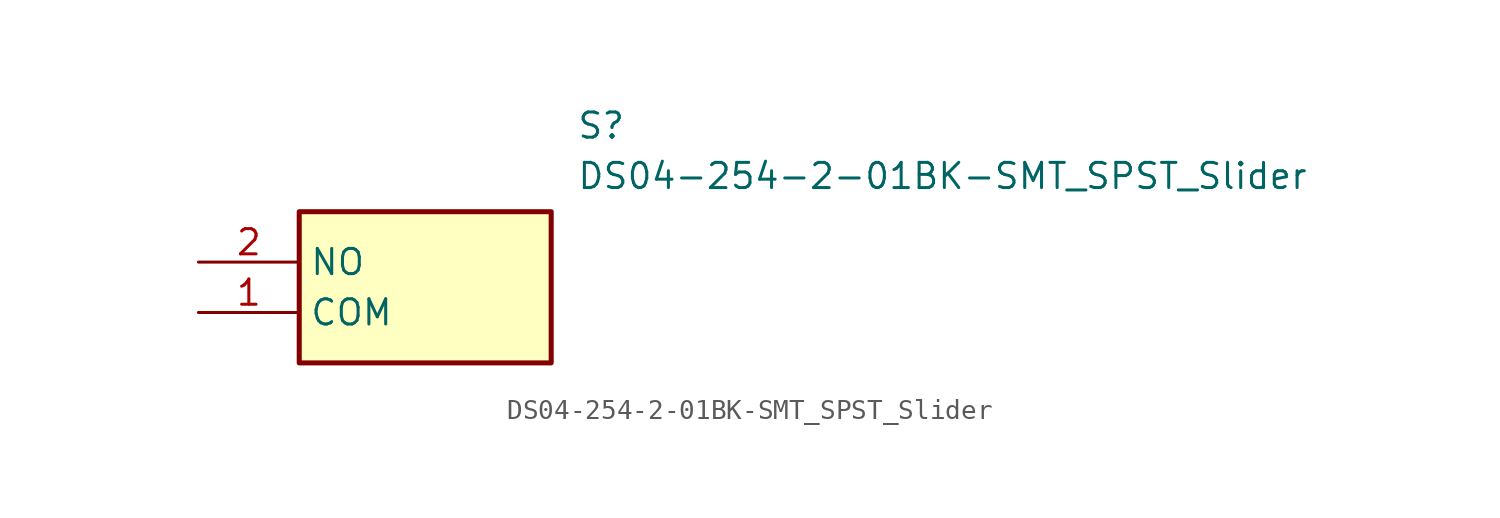
<source format=kicad_sym>
(kicad_symbol_lib
  (version 20231120)
  (generator "kicad_symbol_editor")
  (generator_version "8.0")
  (symbol "DS04-254-2-01BK-SMT_SPST_Slider"
    (property "Reference" "S"
      (at 19.05 7.62 0)
      (effects (font (size 1.27 1.27)) (justify left top)))
    (property "Value" "DS04-254-2-01BK-SMT_SPST_Slider"
      (at 19.05 5.08 0)
      (effects (font (size 1.27 1.27)) (justify left top)))
    (symbol "DS04-254-2-01BK-SMT_SPST_Slider_1_1"
      (rectangle (start 5.08 2.54) (end 17.78 -5.08) (stroke (width 0.254) (type default)) (fill (type background)))
      (pin passive line (at 0 -2.54 0) (length 5.08) (name "COM" (effects (font (size 1.27 1.27)))) (number "1" (effects (font (size 1.27 1.27)))))
      (pin passive line (at 0 0 0) (length 5.08) (name "NO" (effects (font (size 1.27 1.27)))) (number "2" (effects (font (size 1.27 1.27))))))))
</source>
